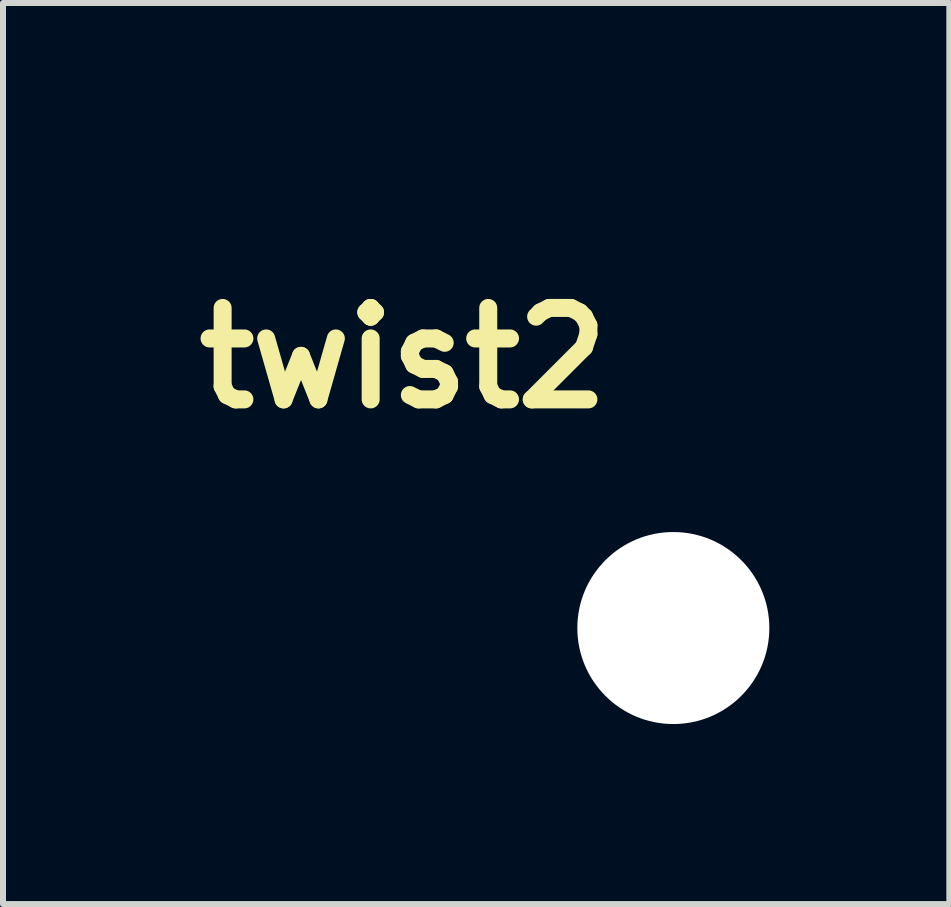
<source format=kicad_pcb>
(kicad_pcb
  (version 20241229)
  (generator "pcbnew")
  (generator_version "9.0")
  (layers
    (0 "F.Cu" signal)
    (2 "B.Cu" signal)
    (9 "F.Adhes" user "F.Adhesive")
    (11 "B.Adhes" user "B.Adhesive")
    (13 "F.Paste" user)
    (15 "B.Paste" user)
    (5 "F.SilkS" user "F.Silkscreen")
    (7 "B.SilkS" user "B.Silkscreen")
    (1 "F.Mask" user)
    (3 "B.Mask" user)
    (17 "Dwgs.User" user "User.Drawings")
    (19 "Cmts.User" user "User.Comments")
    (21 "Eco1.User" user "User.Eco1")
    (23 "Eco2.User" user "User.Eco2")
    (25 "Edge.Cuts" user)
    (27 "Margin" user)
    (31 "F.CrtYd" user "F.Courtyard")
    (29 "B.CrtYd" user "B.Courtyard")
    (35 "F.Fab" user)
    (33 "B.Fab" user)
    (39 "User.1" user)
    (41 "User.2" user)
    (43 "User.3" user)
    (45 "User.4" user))
  (footprint "twist2"
    (layer "F.Cu")
    (at 8.172 7.417)
    (property "Reference" "twist2" (at -4.5 -4.5 0) (layer "F.SilkS") (effects (font (size 1.524 1.524) (thickness 0.3))))
    (attr through_hole)
    (fp_poly (pts (xy -2.065 -5.964) (xy -1.991 -5.939) (xy -1.98 -5.934) (xy -1.911 -5.892) (xy -1.854 -5.839) (xy -1.809 -5.778) (xy -1.776 -5.71) (xy -1.757 -5.639) (xy -1.75 -5.564) (xy -1.756 -5.49) (xy -1.777 -5.418) (xy -1.812 -5.349) (xy -1.861 -5.286) (xy -1.868 -5.279) (xy -1.933 -5.226) (xy -2.005 -5.187) (xy -2.083 -5.164) (xy -2.165 -5.156) (xy -2.226 -5.161) (xy -2.299 -5.18) (xy -2.368 -5.214) (xy -2.43 -5.261) (xy -2.483 -5.319) (xy -2.525 -5.385) (xy -2.554 -5.459) (xy -2.557 -5.469) (xy -2.569 -5.547) (xy -2.565 -5.623) (xy -2.547 -5.698) (xy -2.515 -5.768) (xy -2.471 -5.831) (xy -2.415 -5.886) (xy -2.35 -5.929) (xy -2.299 -5.952) (xy -2.223 -5.971) (xy -2.144 -5.975) (xy -2.065 -5.964)) (stroke (width 0.01) (type solid)) (fill yes) (layer "F.Mask"))
    (fp_poly (pts (xy -2.049 -3.788) (xy -2.022 -3.779) (xy -1.947 -3.743) (xy -1.881 -3.694) (xy -1.827 -3.634) (xy -1.786 -3.565) (xy -1.762 -3.497) (xy -1.75 -3.418) (xy -1.754 -3.34) (xy -1.772 -3.265) (xy -1.803 -3.194) (xy -1.847 -3.13) (xy -1.902 -3.075) (xy -1.966 -3.031) (xy -2.039 -3) (xy -2.045 -2.998) (xy -2.103 -2.987) (xy -2.168 -2.985) (xy -2.233 -2.991) (xy -2.291 -3.005) (xy -2.292 -3.005) (xy -2.364 -3.039) (xy -2.428 -3.086) (xy -2.482 -3.143) (xy -2.525 -3.209) (xy -2.554 -3.281) (xy -2.569 -3.357) (xy -2.57 -3.388) (xy -2.563 -3.468) (xy -2.54 -3.543) (xy -2.506 -3.61) (xy -2.46 -3.669) (xy -2.405 -3.719) (xy -2.342 -3.759) (xy -2.274 -3.787) (xy -2.201 -3.801) (xy -2.125 -3.802) (xy -2.049 -3.788)) (stroke (width 0.01) (type solid)) (fill yes) (layer "F.Mask"))
    (fp_poly (pts (xy -5.063 -2.443) (xy -5.023 -2.43) (xy -5.021 -2.429) (xy -5.005 -2.418) (xy -4.98 -2.396) (xy -4.947 -2.366) (xy -4.907 -2.328) (xy -4.862 -2.285) (xy -4.814 -2.237) (xy -4.763 -2.186) (xy -4.712 -2.135) (xy -4.662 -2.084) (xy -4.615 -2.035) (xy -4.571 -1.99) (xy -4.534 -1.949) (xy -4.504 -1.916) (xy -4.482 -1.891) (xy -4.471 -1.876) (xy -4.471 -1.874) (xy -4.464 -1.848) (xy -4.459 -1.814) (xy -4.458 -1.789) (xy -4.466 -1.733) (xy -4.488 -1.683) (xy -4.522 -1.642) (xy -4.567 -1.611) (xy -4.62 -1.594) (xy -4.647 -1.591) (xy -4.683 -1.591) (xy -4.716 -1.596) (xy -4.73 -1.6) (xy -4.743 -1.605) (xy -4.757 -1.612) (xy -4.772 -1.622) (xy -4.79 -1.636) (xy -4.812 -1.655) (xy -4.839 -1.68) (xy -4.872 -1.712) (xy -4.913 -1.752) (xy -4.963 -1.802) (xy -5.023 -1.862) (xy -5.052 -1.891) (xy -5.115 -1.954) (xy -5.167 -2.008) (xy -5.209 -2.052) (xy -5.243 -2.088) (xy -5.268 -2.119) (xy -5.286 -2.145) (xy -5.299 -2.167) (xy -5.307 -2.187) (xy -5.312 -2.207) (xy -5.313 -2.228) (xy -5.314 -2.244) (xy -5.306 -2.302) (xy -5.283 -2.354) (xy -5.246 -2.398) (xy -5.198 -2.431) (xy -5.197 -2.431) (xy -5.157 -2.444) (xy -5.11 -2.447) (xy -5.063 -2.443)) (stroke (width 0.01) (type solid)) (fill yes) (layer "F.Mask"))
    (fp_poly (pts (xy -7.011 -7.411) (xy -6.993 -7.408) (xy -6.974 -7.402) (xy -6.954 -7.392) (xy -6.93 -7.376) (xy -6.903 -7.355) (xy -6.87 -7.326) (xy -6.831 -7.29) (xy -6.784 -7.244) (xy -6.727 -7.188) (xy -6.66 -7.121) (xy -6.657 -7.118) (xy -6.595 -7.055) (xy -6.544 -7.003) (xy -6.502 -6.96) (xy -6.469 -6.925) (xy -6.444 -6.898) (xy -6.425 -6.876) (xy -6.411 -6.858) (xy -6.402 -6.844) (xy -6.396 -6.832) (xy -6.393 -6.824) (xy -6.381 -6.777) (xy -6.381 -6.735) (xy -6.392 -6.692) (xy -6.419 -6.638) (xy -6.457 -6.596) (xy -6.505 -6.567) (xy -6.561 -6.553) (xy -6.572 -6.552) (xy -6.61 -6.552) (xy -6.644 -6.557) (xy -6.651 -6.559) (xy -6.664 -6.565) (xy -6.677 -6.571) (xy -6.69 -6.579) (xy -6.706 -6.591) (xy -6.725 -6.607) (xy -6.749 -6.629) (xy -6.779 -6.657) (xy -6.815 -6.693) (xy -6.861 -6.738) (xy -6.915 -6.792) (xy -6.969 -6.846) (xy -7.034 -6.911) (xy -7.087 -6.966) (xy -7.131 -7.011) (xy -7.165 -7.049) (xy -7.192 -7.08) (xy -7.212 -7.106) (xy -7.225 -7.128) (xy -7.234 -7.148) (xy -7.239 -7.166) (xy -7.242 -7.184) (xy -7.242 -7.2) (xy -7.238 -7.25) (xy -7.225 -7.291) (xy -7.199 -7.329) (xy -7.179 -7.35) (xy -7.14 -7.382) (xy -7.101 -7.402) (xy -7.056 -7.411) (xy -7.03 -7.412) (xy -7.011 -7.411)) (stroke (width 0.01) (type solid)) (fill yes) (layer "F.Mask"))
    (fp_poly (pts (xy -5.002 -5.471) (xy -4.977 -5.46) (xy -4.957 -5.447) (xy -4.927 -5.423) (xy -4.891 -5.391) (xy -4.85 -5.353) (xy -4.807 -5.31) (xy -4.764 -5.266) (xy -4.722 -5.222) (xy -4.684 -5.181) (xy -4.653 -5.144) (xy -4.633 -5.119) (xy -4.565 -5.013) (xy -4.512 -4.901) (xy -4.475 -4.783) (xy -4.453 -4.658) (xy -4.446 -4.534) (xy -4.452 -4.413) (xy -4.471 -4.299) (xy -4.503 -4.189) (xy -4.549 -4.078) (xy -4.551 -4.073) (xy -4.56 -4.054) (xy -4.568 -4.037) (xy -4.577 -4.02) (xy -4.586 -4.004) (xy -4.595 -3.987) (xy -4.607 -3.97) (xy -4.62 -3.951) (xy -4.636 -3.93) (xy -4.656 -3.906) (xy -4.679 -3.88) (xy -4.706 -3.849) (xy -4.737 -3.815) (xy -4.774 -3.775) (xy -4.817 -3.73) (xy -4.866 -3.68) (xy -4.922 -3.622) (xy -4.985 -3.558) (xy -5.056 -3.486) (xy -5.136 -3.406) (xy -5.224 -3.317) (xy -5.322 -3.219) (xy -5.429 -3.111) (xy -5.547 -2.993) (xy -5.677 -2.864) (xy -5.79 -2.75) (xy -5.933 -2.607) (xy -6.064 -2.476) (xy -6.184 -2.356) (xy -6.293 -2.247) (xy -6.392 -2.148) (xy -6.482 -2.059) (xy -6.562 -1.98) (xy -6.633 -1.909) (xy -6.696 -1.847) (xy -6.75 -1.794) (xy -6.798 -1.748) (xy -6.838 -1.709) (xy -6.871 -1.678) (xy -6.898 -1.653) (xy -6.919 -1.634) (xy -6.935 -1.62) (xy -6.945 -1.612) (xy -6.95 -1.609) (xy -7.002 -1.593) (xy -7.058 -1.59) (xy -7.105 -1.598) (xy -7.133 -1.612) (xy -7.163 -1.636) (xy -7.193 -1.666) (xy -7.218 -1.697) (xy -7.232 -1.726) (xy -7.233 -1.728) (xy -7.242 -1.786) (xy -7.236 -1.842) (xy -7.225 -1.876) (xy -7.22 -1.884) (xy -7.211 -1.896) (xy -7.196 -1.913) (xy -7.175 -1.936) (xy -7.148 -1.965) (xy -7.114 -2) (xy -7.073 -2.042) (xy -7.025 -2.092) (xy -6.969 -2.149) (xy -6.904 -2.215) (xy -6.831 -2.289) (xy -6.748 -2.373) (xy -6.656 -2.465) (xy -6.554 -2.568) (xy -6.441 -2.681) (xy -6.318 -2.805) (xy -6.183 -2.941) (xy -6.096 -3.027) (xy -5.954 -3.169) (xy -5.824 -3.3) (xy -5.705 -3.42) (xy -5.596 -3.529) (xy -5.498 -3.628) (xy -5.409 -3.717) (xy -5.33 -3.797) (xy -5.26 -3.868) (xy -5.198 -3.931) (xy -5.145 -3.986) (xy -5.099 -4.033) (xy -5.06 -4.074) (xy -5.028 -4.108) (xy -5.002 -4.136) (xy -4.982 -4.158) (xy -4.967 -4.175) (xy -4.957 -4.187) (xy -4.953 -4.193) (xy -4.909 -4.282) (xy -4.879 -4.375) (xy -4.862 -4.47) (xy -4.859 -4.565) (xy -4.869 -4.657) (xy -4.894 -4.745) (xy -4.932 -4.825) (xy -4.941 -4.839) (xy -4.957 -4.861) (xy -4.984 -4.893) (xy -5.017 -4.931) (xy -5.056 -4.973) (xy -5.097 -5.017) (xy -5.114 -5.034) (xy -5.159 -5.079) (xy -5.193 -5.115) (xy -5.218 -5.143) (xy -5.237 -5.165) (xy -5.249 -5.182) (xy -5.257 -5.198) (xy -5.263 -5.213) (xy -5.265 -5.219) (xy -5.274 -5.251) (xy -5.278 -5.275) (xy -5.276 -5.297) (xy -5.269 -5.325) (xy -5.266 -5.337) (xy -5.245 -5.383) (xy -5.212 -5.425) (xy -5.173 -5.457) (xy -5.156 -5.466) (xy -5.108 -5.48) (xy -5.055 -5.481) (xy -5.002 -5.471)) (stroke (width 0.01) (type solid)) (fill yes) (layer "F.Mask"))
    (fp_poly (pts (xy -4.607 -7.368) (xy -4.549 -7.356) (xy -4.499 -7.331) (xy -4.46 -7.294) (xy -4.432 -7.247) (xy -4.418 -7.192) (xy -4.417 -7.182) (xy -4.416 -7.171) (xy -4.414 -7.161) (xy -4.413 -7.151) (xy -4.413 -7.142) (xy -4.414 -7.132) (xy -4.417 -7.122) (xy -4.422 -7.11) (xy -4.43 -7.095) (xy -4.441 -7.079) (xy -4.456 -7.059) (xy -4.475 -7.036) (xy -4.499 -7.009) (xy -4.527 -6.977) (xy -4.562 -6.94) (xy -4.603 -6.897) (xy -4.65 -6.848) (xy -4.705 -6.792) (xy -4.767 -6.728) (xy -4.837 -6.657) (xy -4.916 -6.578) (xy -5.004 -6.489) (xy -5.102 -6.391) (xy -5.21 -6.283) (xy -5.328 -6.165) (xy -5.458 -6.035) (xy -5.562 -5.93) (xy -5.711 -5.781) (xy -5.849 -5.643) (xy -5.975 -5.517) (xy -6.089 -5.402) (xy -6.194 -5.297) (xy -6.287 -5.202) (xy -6.371 -5.118) (xy -6.444 -5.043) (xy -6.508 -4.977) (xy -6.563 -4.921) (xy -6.609 -4.873) (xy -6.647 -4.834) (xy -6.676 -4.802) (xy -6.697 -4.779) (xy -6.711 -4.763) (xy -6.716 -4.756) (xy -6.759 -4.673) (xy -6.786 -4.585) (xy -6.799 -4.494) (xy -6.796 -4.4) (xy -6.778 -4.307) (xy -6.744 -4.216) (xy -6.732 -4.191) (xy -6.718 -4.167) (xy -6.704 -4.144) (xy -6.685 -4.119) (xy -6.662 -4.091) (xy -6.631 -4.058) (xy -6.592 -4.017) (xy -6.556 -3.979) (xy -6.515 -3.937) (xy -6.478 -3.897) (xy -6.445 -3.862) (xy -6.42 -3.833) (xy -6.404 -3.813) (xy -6.399 -3.806) (xy -6.387 -3.769) (xy -6.383 -3.725) (xy -6.387 -3.679) (xy -6.399 -3.639) (xy -6.402 -3.632) (xy -6.431 -3.59) (xy -6.469 -3.554) (xy -6.508 -3.531) (xy -6.548 -3.521) (xy -6.595 -3.519) (xy -6.641 -3.524) (xy -6.671 -3.534) (xy -6.688 -3.546) (xy -6.714 -3.568) (xy -6.748 -3.598) (xy -6.787 -3.635) (xy -6.829 -3.677) (xy -6.873 -3.721) (xy -6.916 -3.765) (xy -6.957 -3.809) (xy -6.993 -3.848) (xy -7.022 -3.882) (xy -7.043 -3.909) (xy -7.047 -3.915) (xy -7.104 -4.012) (xy -7.15 -4.119) (xy -7.185 -4.23) (xy -7.201 -4.305) (xy -7.206 -4.354) (xy -7.209 -4.413) (xy -7.209 -4.478) (xy -7.206 -4.542) (xy -7.202 -4.6) (xy -7.196 -4.641) (xy -7.164 -4.764) (xy -7.117 -4.882) (xy -7.054 -4.994) (xy -7.05 -4.999) (xy -7.043 -5.009) (xy -7.034 -5.021) (xy -7.021 -5.036) (xy -7.005 -5.055) (xy -6.985 -5.077) (xy -6.961 -5.103) (xy -6.932 -5.134) (xy -6.897 -5.17) (xy -6.856 -5.213) (xy -6.809 -5.261) (xy -6.755 -5.316) (xy -6.693 -5.379) (xy -6.624 -5.449) (xy -6.546 -5.528) (xy -6.459 -5.615) (xy -6.362 -5.712) (xy -6.256 -5.819) (xy -6.139 -5.936) (xy -6.011 -6.065) (xy -5.876 -6.199) (xy -5.736 -6.34) (xy -5.607 -6.469) (xy -5.489 -6.587) (xy -5.381 -6.694) (xy -5.284 -6.792) (xy -5.196 -6.879) (xy -5.117 -6.958) (xy -5.047 -7.027) (xy -4.984 -7.089) (xy -4.93 -7.142) (xy -4.883 -7.188) (xy -4.842 -7.228) (xy -4.808 -7.26) (xy -4.779 -7.287) (xy -4.755 -7.309) (xy -4.737 -7.325) (xy -4.722 -7.337) (xy -4.712 -7.345) (xy -4.705 -7.349) (xy -4.676 -7.362) (xy -4.649 -7.368) (xy -4.617 -7.368) (xy -4.607 -7.368)) (stroke (width 0.01) (type solid)) (fill yes) (layer "F.Mask"))
    (fp_poly (pts (xy -2.065 -5.964) (xy -1.991 -5.939) (xy -1.98 -5.934) (xy -1.911 -5.892) (xy -1.854 -5.839) (xy -1.809 -5.778) (xy -1.776 -5.71) (xy -1.757 -5.639) (xy -1.75 -5.564) (xy -1.756 -5.49) (xy -1.777 -5.418) (xy -1.812 -5.349) (xy -1.861 -5.286) (xy -1.868 -5.279) (xy -1.933 -5.226) (xy -2.005 -5.187) (xy -2.083 -5.164) (xy -2.165 -5.156) (xy -2.226 -5.161) (xy -2.299 -5.18) (xy -2.368 -5.214) (xy -2.43 -5.261) (xy -2.483 -5.319) (xy -2.525 -5.385) (xy -2.554 -5.459) (xy -2.557 -5.469) (xy -2.569 -5.547) (xy -2.565 -5.623) (xy -2.547 -5.698) (xy -2.515 -5.768) (xy -2.471 -5.831) (xy -2.415 -5.886) (xy -2.35 -5.929) (xy -2.299 -5.952) (xy -2.223 -5.971) (xy -2.144 -5.975) (xy -2.065 -5.964)) (stroke (width 0.01) (type solid)) (fill yes) (layer "B.Mask"))
    (fp_poly (pts (xy -2.049 -3.788) (xy -2.022 -3.779) (xy -1.947 -3.743) (xy -1.881 -3.694) (xy -1.827 -3.634) (xy -1.786 -3.565) (xy -1.762 -3.497) (xy -1.75 -3.418) (xy -1.754 -3.34) (xy -1.772 -3.265) (xy -1.803 -3.194) (xy -1.847 -3.13) (xy -1.902 -3.075) (xy -1.966 -3.031) (xy -2.039 -3) (xy -2.045 -2.998) (xy -2.103 -2.987) (xy -2.168 -2.985) (xy -2.233 -2.991) (xy -2.291 -3.005) (xy -2.292 -3.005) (xy -2.364 -3.039) (xy -2.428 -3.086) (xy -2.482 -3.143) (xy -2.525 -3.209) (xy -2.554 -3.281) (xy -2.569 -3.357) (xy -2.57 -3.388) (xy -2.563 -3.468) (xy -2.54 -3.543) (xy -2.506 -3.61) (xy -2.46 -3.669) (xy -2.405 -3.719) (xy -2.342 -3.759) (xy -2.274 -3.787) (xy -2.201 -3.801) (xy -2.125 -3.802) (xy -2.049 -3.788)) (stroke (width 0.01) (type solid)) (fill yes) (layer "B.Mask"))
    (fp_poly (pts (xy -5.063 -2.443) (xy -5.023 -2.43) (xy -5.021 -2.429) (xy -5.005 -2.418) (xy -4.98 -2.396) (xy -4.947 -2.366) (xy -4.907 -2.328) (xy -4.862 -2.285) (xy -4.814 -2.237) (xy -4.763 -2.186) (xy -4.712 -2.135) (xy -4.662 -2.084) (xy -4.615 -2.035) (xy -4.571 -1.99) (xy -4.534 -1.949) (xy -4.504 -1.916) (xy -4.482 -1.891) (xy -4.471 -1.876) (xy -4.471 -1.874) (xy -4.464 -1.848) (xy -4.459 -1.814) (xy -4.458 -1.789) (xy -4.466 -1.733) (xy -4.488 -1.683) (xy -4.522 -1.642) (xy -4.567 -1.611) (xy -4.62 -1.594) (xy -4.647 -1.591) (xy -4.683 -1.591) (xy -4.716 -1.596) (xy -4.73 -1.6) (xy -4.743 -1.605) (xy -4.757 -1.612) (xy -4.772 -1.622) (xy -4.79 -1.636) (xy -4.812 -1.655) (xy -4.839 -1.68) (xy -4.872 -1.712) (xy -4.913 -1.752) (xy -4.963 -1.802) (xy -5.023 -1.862) (xy -5.052 -1.891) (xy -5.115 -1.954) (xy -5.167 -2.008) (xy -5.209 -2.052) (xy -5.243 -2.088) (xy -5.268 -2.119) (xy -5.286 -2.145) (xy -5.299 -2.167) (xy -5.307 -2.187) (xy -5.312 -2.207) (xy -5.313 -2.228) (xy -5.314 -2.244) (xy -5.306 -2.302) (xy -5.283 -2.354) (xy -5.246 -2.398) (xy -5.198 -2.431) (xy -5.197 -2.431) (xy -5.157 -2.444) (xy -5.11 -2.447) (xy -5.063 -2.443)) (stroke (width 0.01) (type solid)) (fill yes) (layer "B.Mask"))
    (fp_poly (pts (xy -7.011 -7.411) (xy -6.993 -7.408) (xy -6.974 -7.402) (xy -6.954 -7.392) (xy -6.93 -7.376) (xy -6.903 -7.355) (xy -6.87 -7.326) (xy -6.831 -7.29) (xy -6.784 -7.244) (xy -6.727 -7.188) (xy -6.66 -7.121) (xy -6.657 -7.118) (xy -6.595 -7.055) (xy -6.544 -7.003) (xy -6.502 -6.96) (xy -6.469 -6.925) (xy -6.444 -6.898) (xy -6.425 -6.876) (xy -6.411 -6.858) (xy -6.402 -6.844) (xy -6.396 -6.832) (xy -6.393 -6.824) (xy -6.381 -6.777) (xy -6.381 -6.735) (xy -6.392 -6.692) (xy -6.419 -6.638) (xy -6.457 -6.596) (xy -6.505 -6.567) (xy -6.561 -6.553) (xy -6.572 -6.552) (xy -6.61 -6.552) (xy -6.644 -6.557) (xy -6.651 -6.559) (xy -6.664 -6.565) (xy -6.677 -6.571) (xy -6.69 -6.579) (xy -6.706 -6.591) (xy -6.725 -6.607) (xy -6.749 -6.629) (xy -6.779 -6.657) (xy -6.815 -6.693) (xy -6.861 -6.738) (xy -6.915 -6.792) (xy -6.969 -6.846) (xy -7.034 -6.911) (xy -7.087 -6.966) (xy -7.131 -7.011) (xy -7.165 -7.049) (xy -7.192 -7.08) (xy -7.212 -7.106) (xy -7.225 -7.128) (xy -7.234 -7.148) (xy -7.239 -7.166) (xy -7.242 -7.184) (xy -7.242 -7.2) (xy -7.238 -7.25) (xy -7.225 -7.291) (xy -7.199 -7.329) (xy -7.179 -7.35) (xy -7.14 -7.382) (xy -7.101 -7.402) (xy -7.056 -7.411) (xy -7.03 -7.412) (xy -7.011 -7.411)) (stroke (width 0.01) (type solid)) (fill yes) (layer "B.Mask"))
    (fp_poly (pts (xy -5.002 -5.471) (xy -4.977 -5.46) (xy -4.957 -5.447) (xy -4.927 -5.423) (xy -4.891 -5.391) (xy -4.85 -5.353) (xy -4.807 -5.31) (xy -4.764 -5.266) (xy -4.722 -5.222) (xy -4.684 -5.181) (xy -4.653 -5.144) (xy -4.633 -5.119) (xy -4.565 -5.013) (xy -4.512 -4.901) (xy -4.475 -4.783) (xy -4.453 -4.658) (xy -4.446 -4.534) (xy -4.452 -4.413) (xy -4.471 -4.299) (xy -4.503 -4.189) (xy -4.549 -4.078) (xy -4.551 -4.073) (xy -4.56 -4.054) (xy -4.568 -4.037) (xy -4.577 -4.02) (xy -4.586 -4.004) (xy -4.595 -3.987) (xy -4.607 -3.97) (xy -4.62 -3.951) (xy -4.636 -3.93) (xy -4.656 -3.906) (xy -4.679 -3.88) (xy -4.706 -3.849) (xy -4.737 -3.815) (xy -4.774 -3.775) (xy -4.817 -3.73) (xy -4.866 -3.68) (xy -4.922 -3.622) (xy -4.985 -3.558) (xy -5.056 -3.486) (xy -5.136 -3.406) (xy -5.224 -3.317) (xy -5.322 -3.219) (xy -5.429 -3.111) (xy -5.547 -2.993) (xy -5.677 -2.864) (xy -5.79 -2.75) (xy -5.933 -2.607) (xy -6.064 -2.476) (xy -6.184 -2.356) (xy -6.293 -2.247) (xy -6.392 -2.148) (xy -6.482 -2.059) (xy -6.562 -1.98) (xy -6.633 -1.909) (xy -6.696 -1.847) (xy -6.75 -1.794) (xy -6.798 -1.748) (xy -6.838 -1.709) (xy -6.871 -1.678) (xy -6.898 -1.653) (xy -6.919 -1.634) (xy -6.935 -1.62) (xy -6.945 -1.612) (xy -6.95 -1.609) (xy -7.002 -1.593) (xy -7.058 -1.59) (xy -7.105 -1.598) (xy -7.133 -1.612) (xy -7.163 -1.636) (xy -7.193 -1.666) (xy -7.218 -1.697) (xy -7.232 -1.726) (xy -7.233 -1.728) (xy -7.242 -1.786) (xy -7.236 -1.842) (xy -7.225 -1.876) (xy -7.22 -1.884) (xy -7.211 -1.896) (xy -7.196 -1.913) (xy -7.175 -1.936) (xy -7.148 -1.965) (xy -7.114 -2) (xy -7.073 -2.042) (xy -7.025 -2.092) (xy -6.969 -2.149) (xy -6.904 -2.215) (xy -6.831 -2.289) (xy -6.748 -2.373) (xy -6.656 -2.465) (xy -6.554 -2.568) (xy -6.441 -2.681) (xy -6.318 -2.805) (xy -6.183 -2.941) (xy -6.096 -3.027) (xy -5.954 -3.169) (xy -5.824 -3.3) (xy -5.705 -3.42) (xy -5.596 -3.529) (xy -5.498 -3.628) (xy -5.409 -3.717) (xy -5.33 -3.797) (xy -5.26 -3.868) (xy -5.198 -3.931) (xy -5.145 -3.986) (xy -5.099 -4.033) (xy -5.06 -4.074) (xy -5.028 -4.108) (xy -5.002 -4.136) (xy -4.982 -4.158) (xy -4.967 -4.175) (xy -4.957 -4.187) (xy -4.953 -4.193) (xy -4.909 -4.282) (xy -4.879 -4.375) (xy -4.862 -4.47) (xy -4.859 -4.565) (xy -4.869 -4.657) (xy -4.894 -4.745) (xy -4.932 -4.825) (xy -4.941 -4.839) (xy -4.957 -4.861) (xy -4.984 -4.893) (xy -5.017 -4.931) (xy -5.056 -4.973) (xy -5.097 -5.017) (xy -5.114 -5.034) (xy -5.159 -5.079) (xy -5.193 -5.115) (xy -5.218 -5.143) (xy -5.237 -5.165) (xy -5.249 -5.182) (xy -5.257 -5.198) (xy -5.263 -5.213) (xy -5.265 -5.219) (xy -5.274 -5.251) (xy -5.278 -5.275) (xy -5.276 -5.297) (xy -5.269 -5.325) (xy -5.266 -5.337) (xy -5.245 -5.383) (xy -5.212 -5.425) (xy -5.173 -5.457) (xy -5.156 -5.466) (xy -5.108 -5.48) (xy -5.055 -5.481) (xy -5.002 -5.471)) (stroke (width 0.01) (type solid)) (fill yes) (layer "B.Mask"))
    (fp_poly (pts (xy -4.607 -7.368) (xy -4.549 -7.356) (xy -4.499 -7.331) (xy -4.46 -7.294) (xy -4.432 -7.247) (xy -4.418 -7.192) (xy -4.417 -7.182) (xy -4.416 -7.171) (xy -4.414 -7.161) (xy -4.413 -7.151) (xy -4.413 -7.142) (xy -4.414 -7.132) (xy -4.417 -7.122) (xy -4.422 -7.11) (xy -4.43 -7.095) (xy -4.441 -7.079) (xy -4.456 -7.059) (xy -4.475 -7.036) (xy -4.499 -7.009) (xy -4.527 -6.977) (xy -4.562 -6.94) (xy -4.603 -6.897) (xy -4.65 -6.848) (xy -4.705 -6.792) (xy -4.767 -6.728) (xy -4.837 -6.657) (xy -4.916 -6.578) (xy -5.004 -6.489) (xy -5.102 -6.391) (xy -5.21 -6.283) (xy -5.328 -6.165) (xy -5.458 -6.035) (xy -5.562 -5.93) (xy -5.711 -5.781) (xy -5.849 -5.643) (xy -5.975 -5.517) (xy -6.089 -5.402) (xy -6.194 -5.297) (xy -6.287 -5.202) (xy -6.371 -5.118) (xy -6.444 -5.043) (xy -6.508 -4.977) (xy -6.563 -4.921) (xy -6.609 -4.873) (xy -6.647 -4.834) (xy -6.676 -4.802) (xy -6.697 -4.779) (xy -6.711 -4.763) (xy -6.716 -4.756) (xy -6.759 -4.673) (xy -6.786 -4.585) (xy -6.799 -4.494) (xy -6.796 -4.4) (xy -6.778 -4.307) (xy -6.744 -4.216) (xy -6.732 -4.191) (xy -6.718 -4.167) (xy -6.704 -4.144) (xy -6.685 -4.119) (xy -6.662 -4.091) (xy -6.631 -4.058) (xy -6.592 -4.017) (xy -6.556 -3.979) (xy -6.515 -3.937) (xy -6.478 -3.897) (xy -6.445 -3.862) (xy -6.42 -3.833) (xy -6.404 -3.813) (xy -6.399 -3.806) (xy -6.387 -3.769) (xy -6.383 -3.725) (xy -6.387 -3.679) (xy -6.399 -3.639) (xy -6.402 -3.632) (xy -6.431 -3.59) (xy -6.469 -3.554) (xy -6.508 -3.531) (xy -6.548 -3.521) (xy -6.595 -3.519) (xy -6.641 -3.524) (xy -6.671 -3.534) (xy -6.688 -3.546) (xy -6.714 -3.568) (xy -6.748 -3.598) (xy -6.787 -3.635) (xy -6.829 -3.677) (xy -6.873 -3.721) (xy -6.916 -3.765) (xy -6.957 -3.809) (xy -6.993 -3.848) (xy -7.022 -3.882) (xy -7.043 -3.909) (xy -7.047 -3.915) (xy -7.104 -4.012) (xy -7.15 -4.119) (xy -7.185 -4.23) (xy -7.201 -4.305) (xy -7.206 -4.354) (xy -7.209 -4.413) (xy -7.209 -4.478) (xy -7.206 -4.542) (xy -7.202 -4.6) (xy -7.196 -4.641) (xy -7.164 -4.764) (xy -7.117 -4.882) (xy -7.054 -4.994) (xy -7.05 -4.999) (xy -7.043 -5.009) (xy -7.034 -5.021) (xy -7.021 -5.036) (xy -7.005 -5.055) (xy -6.985 -5.077) (xy -6.961 -5.103) (xy -6.932 -5.134) (xy -6.897 -5.17) (xy -6.856 -5.213) (xy -6.809 -5.261) (xy -6.755 -5.316) (xy -6.693 -5.379) (xy -6.624 -5.449) (xy -6.546 -5.528) (xy -6.459 -5.615) (xy -6.362 -5.712) (xy -6.256 -5.819) (xy -6.139 -5.936) (xy -6.011 -6.065) (xy -5.876 -6.199) (xy -5.736 -6.34) (xy -5.607 -6.469) (xy -5.489 -6.587) (xy -5.381 -6.694) (xy -5.284 -6.792) (xy -5.196 -6.879) (xy -5.117 -6.958) (xy -5.047 -7.027) (xy -4.984 -7.089) (xy -4.93 -7.142) (xy -4.883 -7.188) (xy -4.842 -7.228) (xy -4.808 -7.26) (xy -4.779 -7.287) (xy -4.755 -7.309) (xy -4.737 -7.325) (xy -4.722 -7.337) (xy -4.712 -7.345) (xy -4.705 -7.349) (xy -4.676 -7.362) (xy -4.649 -7.368) (xy -4.617 -7.368) (xy -4.607 -7.368)) (stroke (width 0.01) (type solid)) (fill yes) (layer "B.Mask"))
    (pad "" np_thru_hole circle (at 0 0) (size 3.2 3.2) (drill 3.2) (layers "*.Cu" "*.Mask")))
  (gr_rect
    (start -3 -3)
    (end 12.772 12.017)
    (stroke (width 0.1) (type default))
    (fill no)
    (layer "Edge.Cuts")))
</source>
